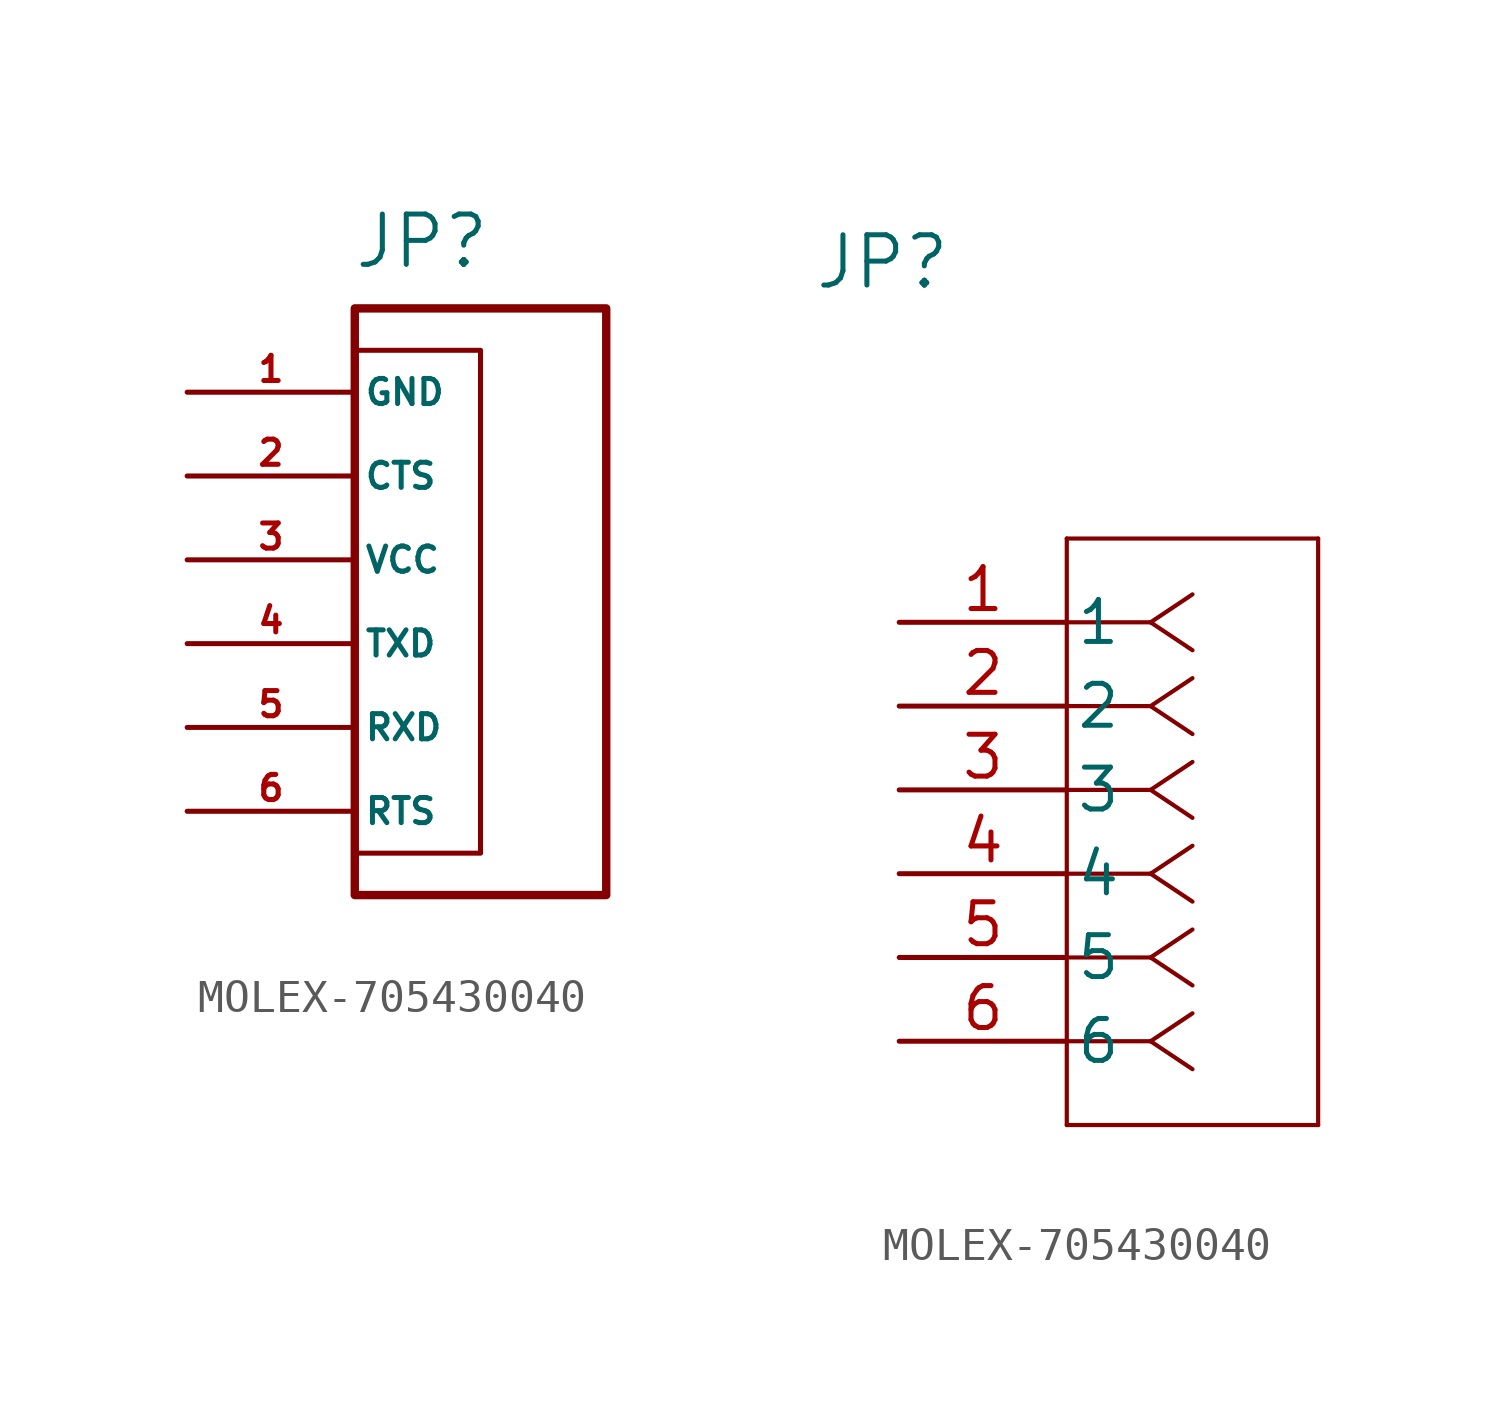
<source format=kicad_sym>
(kicad_symbol_lib
  (version 20241209)
  (generator "kicad_symbol_editor")
  (generator_version "9.0")
  (symbol "MOLEX-705430040"
    (pin_names
      (offset 0.254))
    (property "Reference" "JP"
      (at -0.508 10.922 0)
      (effects (font (size 1.524 1.524))))
    (symbol "MOLEX-705430040_0_1"
      (rectangle (start -2.54 7.62) (end 1.27 -7.62) (stroke (width 0) (type default)) (fill (type none))))
    (symbol "MOLEX-705430040_1_1"
      (rectangle (start -2.54 8.89) (end 5.08 -8.89) (stroke (width 0.254) (type solid)) (fill (type none)))
      (pin bidirectional line (at -7.62 6.35 0) (length 5.08) (name "GND" (effects (font (size 0.762 0.762)))) (number "1" (effects (font (size 0.762 0.762)))))
      (pin bidirectional line (at -7.62 3.81 0) (length 5.08) (name "CTS" (effects (font (size 0.762 0.762)))) (number "2" (effects (font (size 0.762 0.762)))))
      (pin bidirectional line (at -7.62 1.27 0) (length 5.08) (name "VCC" (effects (font (size 0.762 0.762)))) (number "3" (effects (font (size 0.762 0.762)))))
      (pin bidirectional line (at -7.62 -1.27 0) (length 5.08) (name "TXD" (effects (font (size 0.762 0.762)))) (number "4" (effects (font (size 0.762 0.762)))))
      (pin bidirectional line (at -7.62 -3.81 0) (length 5.08) (name "RXD" (effects (font (size 0.762 0.762)))) (number "5" (effects (font (size 0.762 0.762)))))
      (pin bidirectional line (at -7.62 -6.35 0) (length 5.08) (name "RTS" (effects (font (size 0.762 0.762)))) (number "6" (effects (font (size 0.762 0.762))))))
    (symbol "MOLEX-705430040_1_2"
      (polyline (pts (xy 5.08 2.54) (xy 5.08 -15.24)) (stroke (width 0.127) (type default)) (fill (type none)))
      (polyline (pts (xy 5.08 -15.24) (xy 12.7 -15.24)) (stroke (width 0.127) (type default)) (fill (type none)))
      (polyline (pts (xy 7.62 0) (xy 5.08 0)) (stroke (width 0.127) (type default)) (fill (type none)))
      (polyline (pts (xy 7.62 0) (xy 8.89 0.847)) (stroke (width 0.127) (type default)) (fill (type none)))
      (polyline (pts (xy 7.62 0) (xy 8.89 -0.847)) (stroke (width 0.127) (type default)) (fill (type none)))
      (polyline (pts (xy 7.62 -2.54) (xy 5.08 -2.54)) (stroke (width 0.127) (type default)) (fill (type none)))
      (polyline (pts (xy 7.62 -2.54) (xy 8.89 -1.693)) (stroke (width 0.127) (type default)) (fill (type none)))
      (polyline (pts (xy 7.62 -2.54) (xy 8.89 -3.387)) (stroke (width 0.127) (type default)) (fill (type none)))
      (polyline (pts (xy 7.62 -5.08) (xy 5.08 -5.08)) (stroke (width 0.127) (type default)) (fill (type none)))
      (polyline (pts (xy 7.62 -5.08) (xy 8.89 -4.233)) (stroke (width 0.127) (type default)) (fill (type none)))
      (polyline (pts (xy 7.62 -5.08) (xy 8.89 -5.927)) (stroke (width 0.127) (type default)) (fill (type none)))
      (polyline (pts (xy 7.62 -7.62) (xy 5.08 -7.62)) (stroke (width 0.127) (type default)) (fill (type none)))
      (polyline (pts (xy 7.62 -7.62) (xy 8.89 -6.773)) (stroke (width 0.127) (type default)) (fill (type none)))
      (polyline (pts (xy 7.62 -7.62) (xy 8.89 -8.467)) (stroke (width 0.127) (type default)) (fill (type none)))
      (polyline (pts (xy 7.62 -10.16) (xy 5.08 -10.16)) (stroke (width 0.127) (type default)) (fill (type none)))
      (polyline (pts (xy 7.62 -10.16) (xy 8.89 -9.313)) (stroke (width 0.127) (type default)) (fill (type none)))
      (polyline (pts (xy 7.62 -10.16) (xy 8.89 -11.007)) (stroke (width 0.127) (type default)) (fill (type none)))
      (polyline (pts (xy 7.62 -12.7) (xy 5.08 -12.7)) (stroke (width 0.127) (type default)) (fill (type none)))
      (polyline (pts (xy 7.62 -12.7) (xy 8.89 -11.853)) (stroke (width 0.127) (type default)) (fill (type none)))
      (polyline (pts (xy 7.62 -12.7) (xy 8.89 -13.547)) (stroke (width 0.127) (type default)) (fill (type none)))
      (polyline (pts (xy 12.7 2.54) (xy 5.08 2.54)) (stroke (width 0.127) (type default)) (fill (type none)))
      (polyline (pts (xy 12.7 -15.24) (xy 12.7 2.54)) (stroke (width 0.127) (type default)) (fill (type none)))
      (pin unspecified line (at 0 0 0) (length 5.08) (name "1" (effects (font (size 1.27 1.27)))) (number "1" (effects (font (size 1.27 1.27)))))
      (pin unspecified line (at 0 -2.54 0) (length 5.08) (name "2" (effects (font (size 1.27 1.27)))) (number "2" (effects (font (size 1.27 1.27)))))
      (pin unspecified line (at 0 -5.08 0) (length 5.08) (name "3" (effects (font (size 1.27 1.27)))) (number "3" (effects (font (size 1.27 1.27)))))
      (pin unspecified line (at 0 -7.62 0) (length 5.08) (name "4" (effects (font (size 1.27 1.27)))) (number "4" (effects (font (size 1.27 1.27)))))
      (pin unspecified line (at 0 -10.16 0) (length 5.08) (name "5" (effects (font (size 1.27 1.27)))) (number "5" (effects (font (size 1.27 1.27)))))
      (pin unspecified line (at 0 -12.7 0) (length 5.08) (name "6" (effects (font (size 1.27 1.27)))) (number "6" (effects (font (size 1.27 1.27))))))))
</source>
